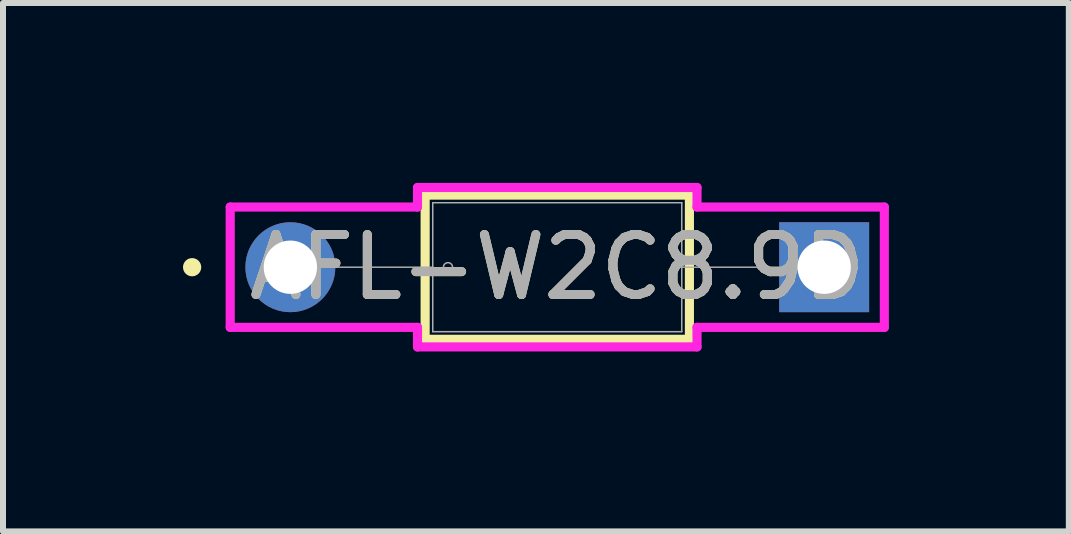
<source format=kicad_pcb>
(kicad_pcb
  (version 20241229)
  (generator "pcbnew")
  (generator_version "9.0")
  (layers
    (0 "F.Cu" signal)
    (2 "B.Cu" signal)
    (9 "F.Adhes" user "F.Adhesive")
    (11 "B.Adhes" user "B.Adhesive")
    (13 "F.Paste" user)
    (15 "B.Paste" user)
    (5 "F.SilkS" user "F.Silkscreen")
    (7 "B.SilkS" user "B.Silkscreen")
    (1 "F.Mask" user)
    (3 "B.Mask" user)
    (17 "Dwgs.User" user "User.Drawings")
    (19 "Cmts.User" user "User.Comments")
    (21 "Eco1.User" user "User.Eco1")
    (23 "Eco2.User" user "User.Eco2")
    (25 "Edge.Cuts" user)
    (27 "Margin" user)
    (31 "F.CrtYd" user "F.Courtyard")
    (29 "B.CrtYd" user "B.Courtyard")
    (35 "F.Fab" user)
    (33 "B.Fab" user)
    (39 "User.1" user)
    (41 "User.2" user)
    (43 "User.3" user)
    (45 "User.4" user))
  (footprint "AFL-W2C8.9D"
    (layer "F.Cu")
    (at 10.691 1.405)
    (property "Reference" "AFL-W2C8.9D" (at -4.45 0 0) (unlocked yes) (layer "F.SilkS") (effects (font (size 1 1) (thickness 0.15))))
    (attr through_hole)
    (fp_line (start -6.653 -1.202) (end -6.653 1.202) (stroke (width 0.152) (type solid)) (layer "F.SilkS"))
    (fp_line (start -6.653 1.202) (end -2.247 1.202) (stroke (width 0.152) (type solid)) (layer "F.SilkS"))
    (fp_line (start -2.247 -1.202) (end -6.653 -1.202) (stroke (width 0.152) (type solid)) (layer "F.SilkS"))
    (fp_line (start -2.247 1.202) (end -2.247 -1.202) (stroke (width 0.152) (type solid)) (layer "F.SilkS"))
    (fp_circle (center -10.538 0) (end -10.462 0) (stroke (width 0.152) (type solid)) (fill no) (layer "F.SilkS"))
    (fp_line (start -9.903 -1.003) (end -6.78 -1.003) (stroke (width 0.152) (type solid)) (layer "F.CrtYd"))
    (fp_line (start -9.903 1.003) (end -9.903 -1.003) (stroke (width 0.152) (type solid)) (layer "F.CrtYd"))
    (fp_line (start -6.78 -1.329) (end -2.12 -1.329) (stroke (width 0.152) (type solid)) (layer "F.CrtYd"))
    (fp_line (start -6.78 -1.003) (end -6.78 -1.329) (stroke (width 0.152) (type solid)) (layer "F.CrtYd"))
    (fp_line (start -6.78 1.003) (end -9.903 1.003) (stroke (width 0.152) (type solid)) (layer "F.CrtYd"))
    (fp_line (start -6.78 1.329) (end -6.78 1.003) (stroke (width 0.152) (type solid)) (layer "F.CrtYd"))
    (fp_line (start -6.78 1.329) (end -2.12 1.329) (stroke (width 0.152) (type solid)) (layer "F.CrtYd"))
    (fp_line (start -2.12 -1.329) (end -2.12 -1.003) (stroke (width 0.152) (type solid)) (layer "F.CrtYd"))
    (fp_line (start -2.12 -1.003) (end 1.003 -1.003) (stroke (width 0.152) (type solid)) (layer "F.CrtYd"))
    (fp_line (start -2.12 1.003) (end -2.12 1.329) (stroke (width 0.152) (type solid)) (layer "F.CrtYd"))
    (fp_line (start 1.003 -1.003) (end 1.003 1.003) (stroke (width 0.152) (type solid)) (layer "F.CrtYd"))
    (fp_line (start 1.003 1.003) (end -2.12 1.003) (stroke (width 0.152) (type solid)) (layer "F.CrtYd"))
    (fp_line (start -8.9 0) (end -6.526 0) (stroke (width 0.025) (type solid)) (layer "F.Fab"))
    (fp_line (start -6.526 -1.075) (end -6.526 1.075) (stroke (width 0.025) (type solid)) (layer "F.Fab"))
    (fp_line (start -6.526 1.075) (end -2.374 1.075) (stroke (width 0.025) (type solid)) (layer "F.Fab"))
    (fp_line (start -2.374 -1.075) (end -6.526 -1.075) (stroke (width 0.025) (type solid)) (layer "F.Fab"))
    (fp_line (start -2.374 1.075) (end -2.374 -1.075) (stroke (width 0.025) (type solid)) (layer "F.Fab"))
    (fp_line (start 0 0) (end -2.374 0) (stroke (width 0.025) (type solid)) (layer "F.Fab"))
    (fp_circle (center -6.272 0) (end -6.196 0) (stroke (width 0.025) (type solid)) (fill no) (layer "F.Fab"))
    (fp_text user "${REFERENCE}" (at -4.45 0 0) (unlocked yes) (layer "F.Fab") (effects (font (size 1 1) (thickness 0.15))))
    (pad "1" thru_hole circle (at -8.9 0) (size 1.499 1.499) (drill 0.889) (layers "*.Cu" "*.Mask"))
    (pad "2" thru_hole rect (at 0 0) (size 1.499 1.499) (drill 0.889) (layers "*.Cu" "*.Mask")))
  (gr_rect
    (start -3 -3)
    (end 14.77 5.81)
    (stroke (width 0.1) (type default))
    (fill no)
    (layer "Edge.Cuts")))
</source>
